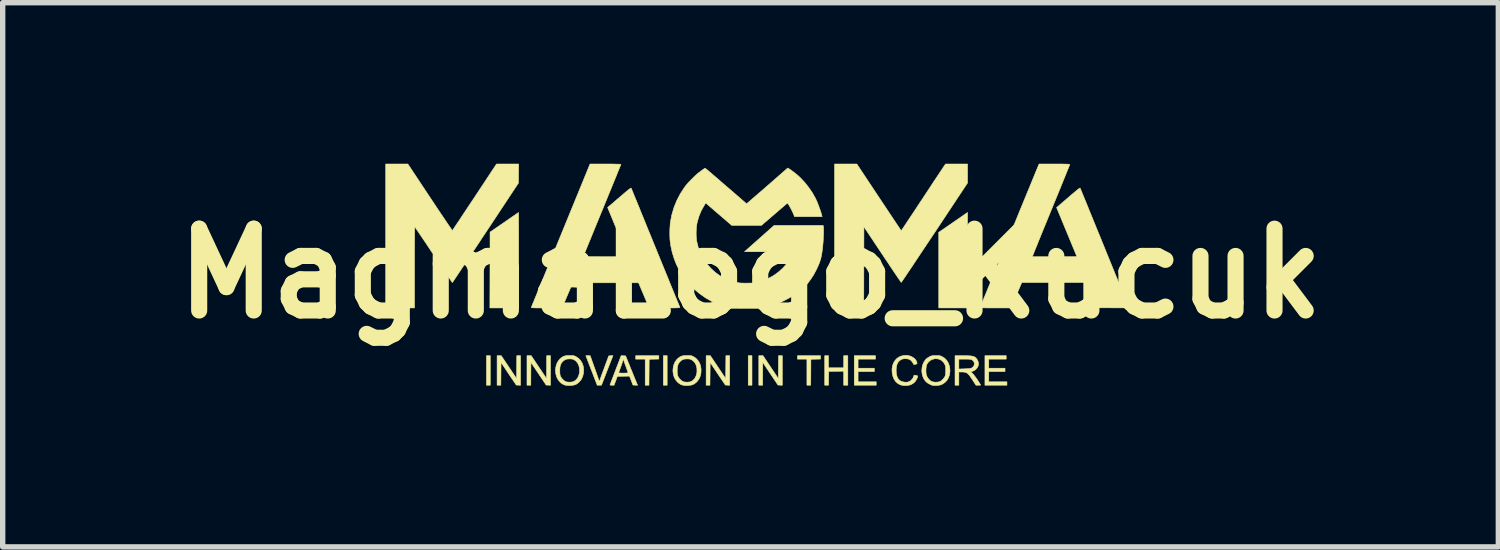
<source format=kicad_pcb>
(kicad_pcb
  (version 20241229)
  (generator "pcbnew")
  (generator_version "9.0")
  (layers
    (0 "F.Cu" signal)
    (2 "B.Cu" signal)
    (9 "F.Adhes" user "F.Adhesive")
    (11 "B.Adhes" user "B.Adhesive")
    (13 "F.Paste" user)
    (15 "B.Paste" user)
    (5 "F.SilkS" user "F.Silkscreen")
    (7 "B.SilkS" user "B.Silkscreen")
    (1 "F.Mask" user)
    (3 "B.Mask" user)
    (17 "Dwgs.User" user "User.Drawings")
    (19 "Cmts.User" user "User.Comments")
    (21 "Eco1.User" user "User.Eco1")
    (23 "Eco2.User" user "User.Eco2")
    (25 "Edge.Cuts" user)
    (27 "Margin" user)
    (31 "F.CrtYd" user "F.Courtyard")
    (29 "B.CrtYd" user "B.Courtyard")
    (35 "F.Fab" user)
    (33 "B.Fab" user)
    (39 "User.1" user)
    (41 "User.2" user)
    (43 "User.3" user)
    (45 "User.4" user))
  (footprint "MagmaLogo_Kucuk"
    (layer "F.Cu")
    (at 10.929 2.044)
    (property "Reference" "MagmaLogo_Kucuk" (at 0 0 0) (layer "F.SilkS") (effects (font (size 1.524 1.524) (thickness 0.3))))
    (attr through_hole)
    (fp_poly (pts (xy -4.847 2.081) (xy -4.918 2.081) (xy -4.918 1.531) (xy -4.847 1.531) (xy -4.847 2.081)) (stroke (width 0.01) (type solid)) (fill yes) (layer "F.SilkS"))
    (fp_poly (pts (xy -1.552 2.081) (xy -1.623 2.081) (xy -1.623 1.531) (xy -1.552 1.531) (xy -1.552 2.081)) (stroke (width 0.01) (type solid)) (fill yes) (layer "F.SilkS"))
    (fp_poly (pts (xy 0.028 2.081) (xy -0.042 2.081) (xy -0.042 1.531) (xy 0.028 1.531) (xy 0.028 2.081)) (stroke (width 0.01) (type solid)) (fill yes) (layer "F.SilkS"))
    (fp_poly (pts (xy -1.707 1.594) (xy -1.797 1.596) (xy -1.887 1.598) (xy -1.889 1.84) (xy -1.891 2.081) (xy -1.961 2.081) (xy -1.961 1.595) (xy -2.138 1.595) (xy -2.138 1.531) (xy -1.707 1.531) (xy -1.707 1.594)) (stroke (width 0.01) (type solid)) (fill yes) (layer "F.SilkS"))
    (fp_poly (pts (xy 1.305 1.594) (xy 1.215 1.596) (xy 1.125 1.598) (xy 1.124 1.84) (xy 1.122 2.081) (xy 1.051 2.081) (xy 1.051 1.595) (xy 0.875 1.595) (xy 0.875 1.531) (xy 1.305 1.531) (xy 1.305 1.594)) (stroke (width 0.01) (type solid)) (fill yes) (layer "F.SilkS"))
    (fp_poly (pts (xy 1.453 1.757) (xy 1.736 1.757) (xy 1.736 1.531) (xy 1.813 1.531) (xy 1.813 2.081) (xy 1.736 2.081) (xy 1.736 1.82) (xy 1.457 1.824) (xy 1.453 2.081) (xy 1.383 2.081) (xy 1.383 1.531) (xy 1.453 1.531) (xy 1.453 1.757)) (stroke (width 0.01) (type solid)) (fill yes) (layer "F.SilkS"))
    (fp_poly (pts (xy 2.328 1.595) (xy 2.004 1.595) (xy 2.004 1.764) (xy 2.307 1.764) (xy 2.307 1.827) (xy 2.004 1.827) (xy 2.004 2.018) (xy 2.342 2.018) (xy 2.342 2.081) (xy 1.933 2.081) (xy 1.933 1.531) (xy 2.328 1.531) (xy 2.328 1.595)) (stroke (width 0.01) (type solid)) (fill yes) (layer "F.SilkS"))
    (fp_poly (pts (xy 4.763 1.595) (xy 4.438 1.595) (xy 4.438 1.764) (xy 4.741 1.764) (xy 4.741 1.827) (xy 4.438 1.827) (xy 4.438 2.018) (xy 4.777 2.018) (xy 4.777 2.081) (xy 4.367 2.081) (xy 4.367 1.531) (xy 4.763 1.531) (xy 4.763 1.595)) (stroke (width 0.01) (type solid)) (fill yes) (layer "F.SilkS"))
    (fp_poly (pts (xy 4.043 0.642) (xy 3.507 0.642) (xy 3.507 -0.767) (xy 3.741 -0.928) (xy 3.794 -0.965) (xy 3.844 -0.999) (xy 3.89 -1.031) (xy 3.931 -1.059) (xy 3.965 -1.083) (xy 3.991 -1.101) (xy 4.007 -1.112) (xy 4.009 -1.113) (xy 4.043 -1.137) (xy 4.043 0.642)) (stroke (width 0.01) (type solid)) (fill yes) (layer "F.SilkS"))
    (fp_poly (pts (xy -4.5 1.744) (xy -4.357 1.958) (xy -4.355 1.744) (xy -4.353 1.531) (xy -4.283 1.531) (xy -4.283 2.082) (xy -4.363 2.078) (xy -4.505 1.868) (xy -4.646 1.657) (xy -4.648 1.869) (xy -4.65 2.081) (xy -4.72 2.081) (xy -4.72 1.531) (xy -4.643 1.531) (xy -4.5 1.744)) (stroke (width 0.01) (type solid)) (fill yes) (layer "F.SilkS"))
    (fp_poly (pts (xy -3.942 1.744) (xy -3.799 1.958) (xy -3.798 1.744) (xy -3.796 1.531) (xy -3.725 1.531) (xy -3.725 2.082) (xy -3.806 2.078) (xy -3.947 1.868) (xy -4.089 1.657) (xy -4.091 1.869) (xy -4.092 2.081) (xy -4.163 2.081) (xy -4.163 1.531) (xy -4.085 1.531) (xy -3.942 1.744)) (stroke (width 0.01) (type solid)) (fill yes) (layer "F.SilkS"))
    (fp_poly (pts (xy -0.605 1.744) (xy -0.462 1.958) (xy -0.46 1.744) (xy -0.458 1.531) (xy -0.388 1.531) (xy -0.388 2.082) (xy -0.468 2.078) (xy -0.61 1.868) (xy -0.751 1.657) (xy -0.753 1.869) (xy -0.755 2.081) (xy -0.826 2.081) (xy -0.826 1.531) (xy -0.748 1.531) (xy -0.605 1.744)) (stroke (width 0.01) (type solid)) (fill yes) (layer "F.SilkS"))
    (fp_poly (pts (xy 0.376 1.744) (xy 0.519 1.958) (xy 0.52 1.744) (xy 0.522 1.531) (xy 0.593 1.531) (xy 0.593 2.082) (xy 0.512 2.078) (xy 0.371 1.868) (xy 0.229 1.657) (xy 0.227 1.869) (xy 0.226 2.081) (xy 0.155 2.081) (xy 0.155 1.531) (xy 0.233 1.531) (xy 0.376 1.744)) (stroke (width 0.01) (type solid)) (fill yes) (layer "F.SilkS"))
    (fp_poly (pts (xy -4.32 -1.129) (xy -4.319 -1.109) (xy -4.319 -1.076) (xy -4.319 -1.032) (xy -4.319 -0.977) (xy -4.319 -0.912) (xy -4.318 -0.838) (xy -4.318 -0.756) (xy -4.318 -0.667) (xy -4.318 -0.571) (xy -4.318 -0.469) (xy -4.318 -0.362) (xy -4.318 -0.252) (xy -4.318 0.642) (xy -4.854 0.642) (xy -4.852 -0.064) (xy -4.851 -0.771) (xy -4.586 -0.953) (xy -4.532 -0.991) (xy -4.481 -1.026) (xy -4.436 -1.057) (xy -4.396 -1.084) (xy -4.363 -1.107) (xy -4.339 -1.123) (xy -4.324 -1.133) (xy -4.32 -1.136) (xy -4.32 -1.129)) (stroke (width 0.01) (type solid)) (fill yes) (layer "F.SilkS"))
    (fp_poly (pts (xy -2.575 1.564) (xy -2.58 1.579) (xy -2.59 1.604) (xy -2.604 1.64) (xy -2.621 1.683) (xy -2.641 1.733) (xy -2.662 1.787) (xy -2.682 1.84) (xy -2.776 2.081) (xy -2.855 2.081) (xy -2.961 1.806) (xy -3.067 1.531) (xy -2.986 1.531) (xy -2.908 1.75) (xy -2.889 1.803) (xy -2.871 1.853) (xy -2.856 1.898) (xy -2.842 1.935) (xy -2.833 1.963) (xy -2.827 1.981) (xy -2.825 1.986) (xy -2.819 2.001) (xy -2.813 2.001) (xy -2.806 1.988) (xy -2.802 1.977) (xy -2.798 1.964) (xy -2.789 1.939) (xy -2.777 1.905) (xy -2.762 1.863) (xy -2.744 1.816) (xy -2.725 1.765) (xy -2.717 1.742) (xy -2.64 1.535) (xy -2.601 1.532) (xy -2.561 1.53) (xy -2.575 1.564)) (stroke (width 0.01) (type solid)) (fill yes) (layer "F.SilkS"))
    (fp_poly (pts (xy 3.953 1.531) (xy 4.015 1.532) (xy 4.065 1.533) (xy 4.105 1.536) (xy 4.136 1.541) (xy 4.16 1.548) (xy 4.179 1.557) (xy 4.195 1.569) (xy 4.206 1.58) (xy 4.227 1.611) (xy 4.242 1.647) (xy 4.247 1.682) (xy 4.247 1.684) (xy 4.241 1.722) (xy 4.222 1.758) (xy 4.195 1.789) (xy 4.16 1.812) (xy 4.136 1.821) (xy 4.1 1.83) (xy 4.133 1.859) (xy 4.148 1.874) (xy 4.168 1.9) (xy 4.193 1.933) (xy 4.219 1.97) (xy 4.246 2.01) (xy 4.271 2.05) (xy 4.285 2.073) (xy 4.285 2.078) (xy 4.275 2.08) (xy 4.253 2.081) (xy 4.245 2.081) (xy 4.2 2.081) (xy 4.14 1.988) (xy 4.108 1.941) (xy 4.082 1.904) (xy 4.059 1.877) (xy 4.038 1.858) (xy 4.015 1.846) (xy 3.99 1.839) (xy 3.961 1.835) (xy 3.928 1.835) (xy 3.881 1.834) (xy 3.881 2.081) (xy 3.81 2.081) (xy 3.81 1.595) (xy 3.881 1.595) (xy 3.881 1.78) (xy 3.989 1.776) (xy 4.038 1.774) (xy 4.074 1.771) (xy 4.099 1.767) (xy 4.116 1.762) (xy 4.119 1.761) (xy 4.147 1.74) (xy 4.164 1.713) (xy 4.17 1.683) (xy 4.165 1.654) (xy 4.149 1.627) (xy 4.121 1.605) (xy 4.12 1.605) (xy 4.108 1.601) (xy 4.089 1.598) (xy 4.061 1.596) (xy 4.023 1.595) (xy 3.99 1.595) (xy 3.881 1.595) (xy 3.81 1.595) (xy 3.81 1.531) (xy 3.953 1.531)) (stroke (width 0.01) (type solid)) (fill yes) (layer "F.SilkS"))
    (fp_poly (pts (xy -2.326 1.535) (xy -2.286 1.633) (xy -2.272 1.668) (xy -2.253 1.713) (xy -2.233 1.765) (xy -2.21 1.819) (xy -2.188 1.874) (xy -2.175 1.907) (xy -2.103 2.082) (xy -2.146 2.08) (xy -2.189 2.078) (xy -2.221 1.995) (xy -2.253 1.912) (xy -2.366 1.914) (xy -2.48 1.916) (xy -2.498 1.965) (xy -2.509 1.995) (xy -2.521 2.026) (xy -2.529 2.048) (xy -2.541 2.081) (xy -2.58 2.081) (xy -2.604 2.08) (xy -2.615 2.077) (xy -2.616 2.073) (xy -2.613 2.064) (xy -2.605 2.044) (xy -2.594 2.014) (xy -2.579 1.975) (xy -2.561 1.928) (xy -2.541 1.876) (xy -2.531 1.85) (xy -2.455 1.85) (xy -2.449 1.852) (xy -2.431 1.854) (xy -2.404 1.855) (xy -2.371 1.856) (xy -2.367 1.856) (xy -2.334 1.855) (xy -2.306 1.854) (xy -2.287 1.852) (xy -2.279 1.85) (xy -2.279 1.85) (xy -2.281 1.842) (xy -2.288 1.823) (xy -2.298 1.795) (xy -2.31 1.761) (xy -2.321 1.73) (xy -2.335 1.693) (xy -2.347 1.659) (xy -2.356 1.632) (xy -2.362 1.615) (xy -2.364 1.609) (xy -2.366 1.602) (xy -2.371 1.606) (xy -2.376 1.617) (xy -2.381 1.633) (xy -2.385 1.648) (xy -2.393 1.674) (xy -2.404 1.706) (xy -2.417 1.741) (xy -2.42 1.751) (xy -2.433 1.785) (xy -2.443 1.814) (xy -2.451 1.836) (xy -2.455 1.849) (xy -2.455 1.85) (xy -2.531 1.85) (xy -2.519 1.819) (xy -2.511 1.797) (xy -2.409 1.531) (xy -2.326 1.535)) (stroke (width 0.01) (type solid)) (fill yes) (layer "F.SilkS"))
    (fp_poly (pts (xy 2.393 -1.418) (xy 2.449 -1.334) (xy 2.503 -1.253) (xy 2.554 -1.176) (xy 2.602 -1.104) (xy 2.646 -1.038) (xy 2.686 -0.978) (xy 2.721 -0.925) (xy 2.751 -0.881) (xy 2.775 -0.845) (xy 2.793 -0.819) (xy 2.804 -0.803) (xy 2.808 -0.798) (xy 2.812 -0.803) (xy 2.824 -0.82) (xy 2.842 -0.847) (xy 2.867 -0.883) (xy 2.897 -0.929) (xy 2.932 -0.982) (xy 2.972 -1.042) (xy 3.016 -1.108) (xy 3.064 -1.18) (xy 3.114 -1.256) (xy 3.167 -1.337) (xy 3.206 -1.395) (xy 3.261 -1.479) (xy 3.314 -1.559) (xy 3.365 -1.636) (xy 3.412 -1.708) (xy 3.456 -1.774) (xy 3.496 -1.834) (xy 3.531 -1.887) (xy 3.561 -1.932) (xy 3.585 -1.969) (xy 3.603 -1.995) (xy 3.614 -2.012) (xy 3.617 -2.016) (xy 3.634 -2.039) (xy 4.043 -2.039) (xy 4.043 -1.687) (xy 3.429 -0.76) (xy 3.36 -0.657) (xy 3.293 -0.557) (xy 3.229 -0.461) (xy 3.168 -0.369) (xy 3.11 -0.282) (xy 3.056 -0.201) (xy 3.007 -0.127) (xy 2.961 -0.059) (xy 2.921 0.001) (xy 2.886 0.053) (xy 2.858 0.095) (xy 2.835 0.128) (xy 2.819 0.152) (xy 2.81 0.164) (xy 2.809 0.166) (xy 2.804 0.16) (xy 2.792 0.143) (xy 2.773 0.117) (xy 2.749 0.081) (xy 2.718 0.036) (xy 2.683 -0.016) (xy 2.644 -0.074) (xy 2.6 -0.139) (xy 2.554 -0.209) (xy 2.504 -0.282) (xy 2.458 -0.352) (xy 2.113 -0.87) (xy 2.11 0.642) (xy 1.566 0.642) (xy 1.566 -2.039) (xy 1.981 -2.039) (xy 2.393 -1.418)) (stroke (width 0.01) (type solid)) (fill yes) (layer "F.SilkS"))
    (fp_poly (pts (xy 2.943 1.529) (xy 2.991 1.544) (xy 3.032 1.567) (xy 3.067 1.596) (xy 3.091 1.631) (xy 3.101 1.662) (xy 3.103 1.675) (xy 3.099 1.683) (xy 3.087 1.688) (xy 3.073 1.691) (xy 3.053 1.695) (xy 3.042 1.695) (xy 3.036 1.688) (xy 3.033 1.68) (xy 3.014 1.647) (xy 2.987 1.617) (xy 2.963 1.602) (xy 2.935 1.592) (xy 2.899 1.588) (xy 2.862 1.588) (xy 2.829 1.594) (xy 2.82 1.597) (xy 2.78 1.62) (xy 2.75 1.652) (xy 2.729 1.694) (xy 2.717 1.746) (xy 2.713 1.803) (xy 2.717 1.867) (xy 2.73 1.92) (xy 2.751 1.963) (xy 2.781 1.994) (xy 2.82 2.014) (xy 2.868 2.024) (xy 2.889 2.025) (xy 2.919 2.024) (xy 2.941 2.019) (xy 2.962 2.01) (xy 2.969 2.007) (xy 2.99 1.991) (xy 3.01 1.969) (xy 3.028 1.945) (xy 3.039 1.923) (xy 3.041 1.911) (xy 3.044 1.899) (xy 3.054 1.894) (xy 3.074 1.896) (xy 3.087 1.899) (xy 3.103 1.903) (xy 3.113 1.909) (xy 3.115 1.918) (xy 3.111 1.934) (xy 3.1 1.958) (xy 3.093 1.974) (xy 3.066 2.015) (xy 3.028 2.049) (xy 2.981 2.074) (xy 2.98 2.074) (xy 2.939 2.084) (xy 2.892 2.088) (xy 2.844 2.086) (xy 2.801 2.077) (xy 2.797 2.076) (xy 2.748 2.052) (xy 2.708 2.017) (xy 2.676 1.972) (xy 2.653 1.916) (xy 2.639 1.85) (xy 2.636 1.784) (xy 2.644 1.724) (xy 2.663 1.669) (xy 2.692 1.621) (xy 2.729 1.581) (xy 2.775 1.551) (xy 2.828 1.532) (xy 2.886 1.524) (xy 2.892 1.524) (xy 2.943 1.529)) (stroke (width 0.01) (type solid)) (fill yes) (layer "F.SilkS"))
    (fp_poly (pts (xy -4.32 -1.862) (xy -4.322 -1.685) (xy -4.935 -0.758) (xy -5.004 -0.655) (xy -5.07 -0.554) (xy -5.134 -0.458) (xy -5.195 -0.366) (xy -5.253 -0.279) (xy -5.307 -0.198) (xy -5.357 -0.124) (xy -5.402 -0.056) (xy -5.442 0.004) (xy -5.476 0.055) (xy -5.505 0.098) (xy -5.527 0.132) (xy -5.543 0.155) (xy -5.552 0.167) (xy -5.553 0.169) (xy -5.558 0.163) (xy -5.569 0.147) (xy -5.588 0.12) (xy -5.612 0.084) (xy -5.642 0.04) (xy -5.677 -0.012) (xy -5.717 -0.071) (xy -5.76 -0.135) (xy -5.806 -0.205) (xy -5.856 -0.279) (xy -5.903 -0.349) (xy -5.954 -0.426) (xy -6.003 -0.5) (xy -6.049 -0.569) (xy -6.092 -0.633) (xy -6.132 -0.691) (xy -6.166 -0.742) (xy -6.196 -0.786) (xy -6.22 -0.821) (xy -6.238 -0.847) (xy -6.249 -0.863) (xy -6.253 -0.868) (xy -6.254 -0.861) (xy -6.254 -0.841) (xy -6.255 -0.808) (xy -6.256 -0.765) (xy -6.256 -0.71) (xy -6.257 -0.647) (xy -6.257 -0.574) (xy -6.258 -0.494) (xy -6.258 -0.407) (xy -6.258 -0.314) (xy -6.258 -0.217) (xy -6.258 -0.115) (xy -6.258 0.642) (xy -6.795 0.642) (xy -6.795 -2.039) (xy -6.588 -2.039) (xy -6.382 -2.039) (xy -5.97 -1.418) (xy -5.914 -1.334) (xy -5.86 -1.253) (xy -5.809 -1.176) (xy -5.761 -1.105) (xy -5.716 -1.039) (xy -5.676 -0.979) (xy -5.641 -0.927) (xy -5.611 -0.883) (xy -5.586 -0.847) (xy -5.568 -0.821) (xy -5.557 -0.805) (xy -5.553 -0.801) (xy -5.548 -0.807) (xy -5.537 -0.824) (xy -5.518 -0.851) (xy -5.494 -0.888) (xy -5.463 -0.934) (xy -5.427 -0.987) (xy -5.387 -1.048) (xy -5.343 -1.115) (xy -5.295 -1.187) (xy -5.243 -1.265) (xy -5.189 -1.346) (xy -5.139 -1.421) (xy -4.731 -2.039) (xy -4.318 -2.039) (xy -4.32 -1.862)) (stroke (width 0.01) (type solid)) (fill yes) (layer "F.SilkS"))
    (fp_poly (pts (xy -3.369 1.528) (xy -3.334 1.528) (xy -3.309 1.529) (xy -3.289 1.533) (xy -3.272 1.538) (xy -3.254 1.547) (xy -3.251 1.548) (xy -3.203 1.58) (xy -3.164 1.622) (xy -3.134 1.672) (xy -3.115 1.728) (xy -3.107 1.79) (xy -3.11 1.856) (xy -3.111 1.859) (xy -3.126 1.919) (xy -3.151 1.973) (xy -3.187 2.018) (xy -3.23 2.054) (xy -3.258 2.069) (xy -3.287 2.078) (xy -3.324 2.084) (xy -3.366 2.087) (xy -3.406 2.086) (xy -3.44 2.082) (xy -3.454 2.079) (xy -3.484 2.068) (xy -3.509 2.054) (xy -3.534 2.035) (xy -3.547 2.023) (xy -3.583 1.98) (xy -3.609 1.93) (xy -3.625 1.875) (xy -3.632 1.817) (xy -3.552 1.817) (xy -3.551 1.852) (xy -3.549 1.878) (xy -3.545 1.898) (xy -3.537 1.917) (xy -3.536 1.921) (xy -3.515 1.953) (xy -3.487 1.983) (xy -3.456 2.007) (xy -3.441 2.015) (xy -3.417 2.021) (xy -3.384 2.024) (xy -3.35 2.024) (xy -3.319 2.02) (xy -3.299 2.015) (xy -3.259 1.991) (xy -3.226 1.955) (xy -3.202 1.911) (xy -3.187 1.857) (xy -3.184 1.83) (xy -3.185 1.77) (xy -3.197 1.716) (xy -3.219 1.67) (xy -3.25 1.632) (xy -3.279 1.611) (xy -3.298 1.601) (xy -3.316 1.595) (xy -3.338 1.592) (xy -3.368 1.591) (xy -3.369 1.591) (xy -3.415 1.594) (xy -3.451 1.605) (xy -3.482 1.625) (xy -3.509 1.651) (xy -3.528 1.679) (xy -3.541 1.71) (xy -3.549 1.749) (xy -3.552 1.797) (xy -3.552 1.817) (xy -3.632 1.817) (xy -3.632 1.817) (xy -3.629 1.758) (xy -3.616 1.701) (xy -3.593 1.649) (xy -3.56 1.603) (xy -3.546 1.588) (xy -3.515 1.563) (xy -3.487 1.546) (xy -3.456 1.535) (xy -3.419 1.529) (xy -3.372 1.528) (xy -3.369 1.528)) (stroke (width 0.01) (type solid)) (fill yes) (layer "F.SilkS"))
    (fp_poly (pts (xy -1.182 1.528) (xy -1.146 1.528) (xy -1.121 1.529) (xy -1.102 1.533) (xy -1.085 1.538) (xy -1.066 1.547) (xy -1.063 1.548) (xy -1.016 1.58) (xy -0.977 1.622) (xy -0.947 1.672) (xy -0.928 1.728) (xy -0.92 1.79) (xy -0.923 1.856) (xy -0.923 1.859) (xy -0.938 1.919) (xy -0.964 1.973) (xy -0.999 2.018) (xy -1.043 2.054) (xy -1.071 2.069) (xy -1.1 2.078) (xy -1.137 2.084) (xy -1.179 2.087) (xy -1.219 2.086) (xy -1.253 2.082) (xy -1.266 2.079) (xy -1.297 2.068) (xy -1.321 2.054) (xy -1.346 2.035) (xy -1.36 2.023) (xy -1.396 1.98) (xy -1.422 1.93) (xy -1.438 1.875) (xy -1.445 1.817) (xy -1.365 1.817) (xy -1.364 1.852) (xy -1.362 1.878) (xy -1.357 1.898) (xy -1.35 1.917) (xy -1.348 1.921) (xy -1.328 1.953) (xy -1.299 1.983) (xy -1.268 2.007) (xy -1.253 2.015) (xy -1.229 2.021) (xy -1.197 2.024) (xy -1.163 2.024) (xy -1.131 2.02) (xy -1.112 2.015) (xy -1.071 1.991) (xy -1.039 1.955) (xy -1.015 1.911) (xy -1 1.857) (xy -0.997 1.83) (xy -0.998 1.77) (xy -1.009 1.716) (xy -1.031 1.67) (xy -1.063 1.632) (xy -1.092 1.611) (xy -1.111 1.601) (xy -1.129 1.595) (xy -1.151 1.592) (xy -1.181 1.591) (xy -1.182 1.591) (xy -1.227 1.594) (xy -1.264 1.605) (xy -1.295 1.625) (xy -1.321 1.651) (xy -1.341 1.679) (xy -1.354 1.71) (xy -1.362 1.749) (xy -1.365 1.797) (xy -1.365 1.817) (xy -1.445 1.817) (xy -1.445 1.817) (xy -1.441 1.758) (xy -1.428 1.701) (xy -1.406 1.649) (xy -1.373 1.603) (xy -1.358 1.588) (xy -1.328 1.563) (xy -1.299 1.546) (xy -1.268 1.535) (xy -1.231 1.529) (xy -1.184 1.528) (xy -1.182 1.528)) (stroke (width 0.01) (type solid)) (fill yes) (layer "F.SilkS"))
    (fp_poly (pts (xy 3.488 1.528) (xy 3.514 1.53) (xy 3.534 1.534) (xy 3.553 1.541) (xy 3.564 1.546) (xy 3.615 1.577) (xy 3.655 1.618) (xy 3.686 1.668) (xy 3.706 1.727) (xy 3.712 1.759) (xy 3.716 1.823) (xy 3.708 1.884) (xy 3.689 1.94) (xy 3.661 1.989) (xy 3.623 2.029) (xy 3.577 2.06) (xy 3.568 2.064) (xy 3.541 2.075) (xy 3.515 2.082) (xy 3.484 2.085) (xy 3.461 2.087) (xy 3.427 2.087) (xy 3.403 2.086) (xy 3.382 2.081) (xy 3.36 2.073) (xy 3.357 2.072) (xy 3.304 2.044) (xy 3.263 2.01) (xy 3.231 1.966) (xy 3.208 1.914) (xy 3.195 1.861) (xy 3.191 1.81) (xy 3.268 1.81) (xy 3.27 1.852) (xy 3.275 1.888) (xy 3.277 1.894) (xy 3.294 1.933) (xy 3.321 1.97) (xy 3.354 1.999) (xy 3.376 2.012) (xy 3.408 2.021) (xy 3.447 2.025) (xy 3.487 2.023) (xy 3.522 2.016) (xy 3.531 2.012) (xy 3.56 1.993) (xy 3.588 1.966) (xy 3.613 1.935) (xy 3.624 1.914) (xy 3.63 1.896) (xy 3.634 1.871) (xy 3.636 1.837) (xy 3.637 1.81) (xy 3.636 1.773) (xy 3.635 1.746) (xy 3.631 1.726) (xy 3.626 1.708) (xy 3.621 1.697) (xy 3.597 1.656) (xy 3.568 1.626) (xy 3.531 1.604) (xy 3.486 1.59) (xy 3.439 1.588) (xy 3.393 1.598) (xy 3.351 1.618) (xy 3.316 1.648) (xy 3.289 1.686) (xy 3.284 1.697) (xy 3.275 1.728) (xy 3.27 1.767) (xy 3.268 1.81) (xy 3.191 1.81) (xy 3.191 1.806) (xy 3.196 1.75) (xy 3.21 1.695) (xy 3.232 1.646) (xy 3.261 1.605) (xy 3.275 1.591) (xy 3.298 1.573) (xy 3.327 1.555) (xy 3.343 1.546) (xy 3.364 1.537) (xy 3.384 1.532) (xy 3.406 1.529) (xy 3.435 1.528) (xy 3.454 1.528) (xy 3.488 1.528)) (stroke (width 0.01) (type solid)) (fill yes) (layer "F.SilkS"))
    (fp_poly (pts (xy -2.639 -2.039) (xy -2.581 -2.039) (xy -2.53 -2.038) (xy -2.486 -2.037) (xy -2.451 -2.036) (xy -2.427 -2.035) (xy -2.414 -2.034) (xy -2.413 -2.033) (xy -2.416 -2.026) (xy -2.423 -2.007) (xy -2.436 -1.976) (xy -2.453 -1.934) (xy -2.474 -1.883) (xy -2.498 -1.822) (xy -2.526 -1.753) (xy -2.558 -1.676) (xy -2.592 -1.592) (xy -2.629 -1.502) (xy -2.668 -1.407) (xy -2.709 -1.307) (xy -2.751 -1.203) (xy -2.765 -1.171) (xy -3.116 -0.314) (xy -2.704 -0.312) (xy -2.629 -0.312) (xy -2.558 -0.312) (xy -2.493 -0.312) (xy -2.434 -0.312) (xy -2.384 -0.312) (xy -2.343 -0.312) (xy -2.312 -0.313) (xy -2.293 -0.313) (xy -2.288 -0.314) (xy -2.29 -0.32) (xy -2.297 -0.339) (xy -2.308 -0.369) (xy -2.324 -0.409) (xy -2.344 -0.457) (xy -2.366 -0.513) (xy -2.392 -0.576) (xy -2.42 -0.645) (xy -2.45 -0.718) (xy -2.473 -0.773) (xy -2.661 -1.229) (xy -2.631 -1.255) (xy -2.618 -1.266) (xy -2.597 -1.284) (xy -2.567 -1.309) (xy -2.531 -1.34) (xy -2.491 -1.375) (xy -2.447 -1.412) (xy -2.413 -1.441) (xy -2.362 -1.485) (xy -2.321 -1.52) (xy -2.288 -1.547) (xy -2.263 -1.567) (xy -2.245 -1.58) (xy -2.232 -1.588) (xy -2.225 -1.591) (xy -2.222 -1.589) (xy -2.222 -1.589) (xy -2.218 -1.581) (xy -2.21 -1.561) (xy -2.197 -1.529) (xy -2.18 -1.487) (xy -2.158 -1.433) (xy -2.132 -1.371) (xy -2.103 -1.299) (xy -2.07 -1.219) (xy -2.035 -1.131) (xy -1.996 -1.037) (xy -1.955 -0.936) (xy -1.912 -0.829) (xy -1.866 -0.718) (xy -1.819 -0.603) (xy -1.771 -0.484) (xy -1.767 -0.476) (xy -1.719 -0.357) (xy -1.672 -0.242) (xy -1.626 -0.13) (xy -1.583 -0.024) (xy -1.541 0.077) (xy -1.503 0.172) (xy -1.467 0.26) (xy -1.434 0.34) (xy -1.405 0.412) (xy -1.379 0.475) (xy -1.357 0.529) (xy -1.339 0.572) (xy -1.326 0.604) (xy -1.318 0.625) (xy -1.314 0.633) (xy -1.314 0.633) (xy -1.316 0.635) (xy -1.324 0.637) (xy -1.34 0.639) (xy -1.364 0.64) (xy -1.397 0.641) (xy -1.441 0.642) (xy -1.496 0.642) (xy -1.564 0.642) (xy -1.599 0.642) (xy -1.888 0.642) (xy -1.986 0.407) (xy -2.085 0.173) (xy -3.311 0.173) (xy -3.51 0.642) (xy -3.798 0.642) (xy -3.87 0.642) (xy -3.928 0.642) (xy -3.975 0.642) (xy -4.012 0.641) (xy -4.039 0.64) (xy -4.059 0.639) (xy -4.071 0.638) (xy -4.079 0.636) (xy -4.082 0.634) (xy -4.083 0.631) (xy -4.082 0.63) (xy -4.079 0.622) (xy -4.071 0.602) (xy -4.058 0.57) (xy -4.04 0.527) (xy -4.018 0.473) (xy -3.992 0.41) (xy -3.962 0.337) (xy -3.929 0.255) (xy -3.892 0.165) (xy -3.852 0.068) (xy -3.81 -0.036) (xy -3.765 -0.146) (xy -3.717 -0.262) (xy -3.667 -0.383) (xy -3.616 -0.509) (xy -3.563 -0.638) (xy -3.533 -0.711) (xy -2.989 -2.039) (xy -2.701 -2.039) (xy -2.639 -2.039)) (stroke (width 0.01) (type solid)) (fill yes) (layer "F.SilkS"))
    (fp_poly (pts (xy 5.738 -2.039) (xy 5.801 -2.039) (xy 5.851 -2.038) (xy 5.89 -2.037) (xy 5.918 -2.036) (xy 5.937 -2.034) (xy 5.946 -2.032) (xy 5.948 -2.031) (xy 5.945 -2.023) (xy 5.938 -2.004) (xy 5.925 -1.973) (xy 5.908 -1.931) (xy 5.887 -1.879) (xy 5.863 -1.818) (xy 5.834 -1.748) (xy 5.803 -1.671) (xy 5.769 -1.587) (xy 5.732 -1.497) (xy 5.693 -1.402) (xy 5.652 -1.302) (xy 5.61 -1.198) (xy 5.598 -1.17) (xy 5.555 -1.065) (xy 5.514 -0.964) (xy 5.474 -0.868) (xy 5.437 -0.777) (xy 5.402 -0.691) (xy 5.37 -0.613) (xy 5.342 -0.542) (xy 5.316 -0.479) (xy 5.294 -0.425) (xy 5.277 -0.38) (xy 5.263 -0.347) (xy 5.255 -0.324) (xy 5.251 -0.314) (xy 5.251 -0.313) (xy 5.258 -0.313) (xy 5.279 -0.312) (xy 5.311 -0.312) (xy 5.353 -0.312) (xy 5.404 -0.312) (xy 5.464 -0.312) (xy 5.529 -0.312) (xy 5.601 -0.312) (xy 5.667 -0.312) (xy 6.08 -0.314) (xy 5.702 -1.228) (xy 5.919 -1.414) (xy 5.975 -1.463) (xy 6.024 -1.504) (xy 6.065 -1.538) (xy 6.097 -1.564) (xy 6.121 -1.582) (xy 6.135 -1.591) (xy 6.139 -1.592) (xy 6.143 -1.585) (xy 6.151 -1.565) (xy 6.164 -1.534) (xy 6.181 -1.492) (xy 6.202 -1.441) (xy 6.227 -1.38) (xy 6.255 -1.312) (xy 6.286 -1.236) (xy 6.319 -1.154) (xy 6.355 -1.066) (xy 6.393 -0.973) (xy 6.432 -0.877) (xy 6.473 -0.777) (xy 6.515 -0.675) (xy 6.557 -0.571) (xy 6.6 -0.466) (xy 6.642 -0.362) (xy 6.684 -0.258) (xy 6.726 -0.156) (xy 6.766 -0.057) (xy 6.805 0.039) (xy 6.843 0.131) (xy 6.878 0.217) (xy 6.911 0.298) (xy 6.941 0.373) (xy 6.968 0.439) (xy 6.992 0.498) (xy 7.012 0.548) (xy 7.028 0.587) (xy 7.04 0.616) (xy 7.047 0.633) (xy 7.048 0.638) (xy 7.042 0.639) (xy 7.022 0.64) (xy 6.992 0.64) (xy 6.951 0.641) (xy 6.903 0.641) (xy 6.848 0.641) (xy 6.787 0.641) (xy 6.761 0.64) (xy 6.474 0.639) (xy 6.375 0.404) (xy 6.277 0.169) (xy 5.053 0.169) (xy 4.952 0.406) (xy 4.852 0.642) (xy 4.563 0.642) (xy 4.489 0.642) (xy 4.428 0.642) (xy 4.379 0.641) (xy 4.341 0.64) (xy 4.313 0.639) (xy 4.294 0.638) (xy 4.283 0.636) (xy 4.278 0.634) (xy 4.278 0.633) (xy 4.281 0.626) (xy 4.289 0.606) (xy 4.302 0.575) (xy 4.319 0.532) (xy 4.341 0.479) (xy 4.367 0.415) (xy 4.397 0.343) (xy 4.43 0.262) (xy 4.467 0.172) (xy 4.507 0.076) (xy 4.549 -0.028) (xy 4.594 -0.138) (xy 4.641 -0.253) (xy 4.691 -0.373) (xy 4.742 -0.498) (xy 4.794 -0.626) (xy 4.815 -0.677) (xy 4.869 -0.807) (xy 4.921 -0.934) (xy 4.971 -1.056) (xy 5.019 -1.175) (xy 5.066 -1.288) (xy 5.11 -1.395) (xy 5.151 -1.496) (xy 5.19 -1.589) (xy 5.225 -1.675) (xy 5.257 -1.753) (xy 5.285 -1.821) (xy 5.309 -1.88) (xy 5.329 -1.929) (xy 5.345 -1.967) (xy 5.356 -1.993) (xy 5.362 -2.007) (xy 5.362 -2.009) (xy 5.376 -2.039) (xy 5.662 -2.039) (xy 5.738 -2.039)) (stroke (width 0.01) (type solid)) (fill yes) (layer "F.SilkS"))
    (fp_poly (pts (xy 0.715 -1.952) (xy 0.739 -1.937) (xy 0.77 -1.915) (xy 0.806 -1.888) (xy 0.844 -1.858) (xy 0.88 -1.828) (xy 0.912 -1.799) (xy 0.92 -1.792) (xy 1.004 -1.704) (xy 1.083 -1.605) (xy 1.155 -1.5) (xy 1.216 -1.39) (xy 1.217 -1.386) (xy 1.233 -1.352) (xy 1.251 -1.309) (xy 1.269 -1.26) (xy 1.288 -1.209) (xy 1.305 -1.16) (xy 1.319 -1.116) (xy 1.329 -1.08) (xy 1.329 -1.078) (xy 1.334 -1.058) (xy 0.821 -1.058) (xy 0.799 -1.113) (xy 0.784 -1.146) (xy 0.766 -1.183) (xy 0.746 -1.221) (xy 0.726 -1.256) (xy 0.709 -1.284) (xy 0.7 -1.297) (xy 0.688 -1.312) (xy 0.446 -1.104) (xy 0.204 -0.896) (xy -0.073 -0.896) (xy -0.349 -0.896) (xy -0.591 -1.104) (xy -0.833 -1.313) (xy -0.863 -1.265) (xy -0.915 -1.174) (xy -0.956 -1.077) (xy -0.987 -0.973) (xy -0.996 -0.936) (xy -1.005 -0.88) (xy -1.01 -0.815) (xy -1.012 -0.746) (xy -1.01 -0.68) (xy -1.004 -0.619) (xy -0.999 -0.591) (xy -0.971 -0.477) (xy -0.93 -0.371) (xy -0.878 -0.272) (xy -0.813 -0.18) (xy -0.736 -0.094) (xy -0.734 -0.092) (xy -0.656 -0.021) (xy -0.575 0.038) (xy -0.49 0.087) (xy -0.397 0.126) (xy -0.294 0.158) (xy -0.283 0.161) (xy -0.254 0.168) (xy -0.229 0.172) (xy -0.204 0.176) (xy -0.176 0.178) (xy -0.142 0.179) (xy -0.098 0.18) (xy -0.078 0.18) (xy -0.022 0.179) (xy 0.022 0.178) (xy 0.058 0.176) (xy 0.089 0.172) (xy 0.111 0.167) (xy 0.223 0.136) (xy 0.33 0.093) (xy 0.43 0.039) (xy 0.521 -0.027) (xy 0.604 -0.102) (xy 0.644 -0.147) (xy 0.678 -0.19) (xy 0.712 -0.237) (xy 0.742 -0.284) (xy 0.767 -0.328) (xy 0.786 -0.366) (xy 0.793 -0.386) (xy 0.798 -0.402) (xy 0.344 -0.404) (xy -0.111 -0.406) (xy 0.165 -0.651) (xy 0.441 -0.896) (xy 0.897 -0.896) (xy 1.353 -0.896) (xy 1.357 -0.88) (xy 1.36 -0.861) (xy 1.361 -0.83) (xy 1.362 -0.79) (xy 1.361 -0.743) (xy 1.359 -0.692) (xy 1.356 -0.638) (xy 1.353 -0.584) (xy 1.348 -0.533) (xy 1.348 -0.525) (xy 1.339 -0.449) (xy 1.331 -0.385) (xy 1.321 -0.329) (xy 1.31 -0.279) (xy 1.296 -0.233) (xy 1.279 -0.186) (xy 1.258 -0.137) (xy 1.233 -0.082) (xy 1.232 -0.08) (xy 1.181 0.017) (xy 1.125 0.104) (xy 1.063 0.187) (xy 1.055 0.197) (xy 1.016 0.242) (xy 0.979 0.279) (xy 0.939 0.314) (xy 0.893 0.349) (xy 0.857 0.373) (xy 0.719 0.458) (xy 0.578 0.53) (xy 0.434 0.588) (xy 0.289 0.632) (xy 0.271 0.636) (xy 0.256 0.639) (xy 0.24 0.642) (xy 0.223 0.644) (xy 0.203 0.646) (xy 0.178 0.647) (xy 0.146 0.648) (xy 0.107 0.649) (xy 0.059 0.649) (xy -0.00033 0.649) (xy -0.072 0.649) (xy -0.075 0.649) (xy -0.37 0.648) (xy -0.455 0.625) (xy -0.589 0.58) (xy -0.718 0.522) (xy -0.839 0.453) (xy -0.953 0.372) (xy -1.059 0.281) (xy -1.157 0.179) (xy -1.244 0.068) (xy -1.321 -0.052) (xy -1.333 -0.073) (xy -1.382 -0.173) (xy -1.424 -0.282) (xy -1.459 -0.397) (xy -1.484 -0.513) (xy -1.495 -0.585) (xy -1.5 -0.632) (xy -1.502 -0.688) (xy -1.503 -0.75) (xy -1.502 -0.814) (xy -1.499 -0.874) (xy -1.495 -0.927) (xy -1.492 -0.953) (xy -1.466 -1.091) (xy -1.426 -1.227) (xy -1.373 -1.358) (xy -1.308 -1.483) (xy -1.231 -1.602) (xy -1.208 -1.633) (xy -1.18 -1.667) (xy -1.145 -1.706) (xy -1.104 -1.748) (xy -1.062 -1.79) (xy -1.021 -1.829) (xy -0.985 -1.861) (xy -0.97 -1.873) (xy -0.938 -1.897) (xy -0.907 -1.92) (xy -0.881 -1.939) (xy -0.86 -1.953) (xy -0.847 -1.961) (xy -0.844 -1.961) (xy -0.838 -1.957) (xy -0.823 -1.944) (xy -0.799 -1.925) (xy -0.769 -1.899) (xy -0.732 -1.868) (xy -0.692 -1.833) (xy -0.654 -1.801) (xy -0.599 -1.754) (xy -0.538 -1.7) (xy -0.473 -1.644) (xy -0.408 -1.589) (xy -0.347 -1.536) (xy -0.293 -1.489) (xy -0.289 -1.486) (xy -0.245 -1.448) (xy -0.204 -1.413) (xy -0.168 -1.381) (xy -0.137 -1.354) (xy -0.112 -1.333) (xy -0.097 -1.319) (xy -0.091 -1.315) (xy -0.073 -1.298) (xy 0.092 -1.44) (xy 0.134 -1.477) (xy 0.174 -1.511) (xy 0.21 -1.542) (xy 0.241 -1.568) (xy 0.264 -1.589) (xy 0.279 -1.602) (xy 0.282 -1.604) (xy 0.293 -1.614) (xy 0.313 -1.632) (xy 0.342 -1.656) (xy 0.376 -1.687) (xy 0.416 -1.721) (xy 0.459 -1.759) (xy 0.5 -1.795) (xy 0.693 -1.964) (xy 0.715 -1.952)) (stroke (width 0.01) (type solid)) (fill yes) (layer "F.SilkS")))
  (gr_rect
    (start -3 -3)
    (end 24.859 7.137)
    (stroke (width 0.1) (type default))
    (fill no)
    (layer "Edge.Cuts")))
</source>
